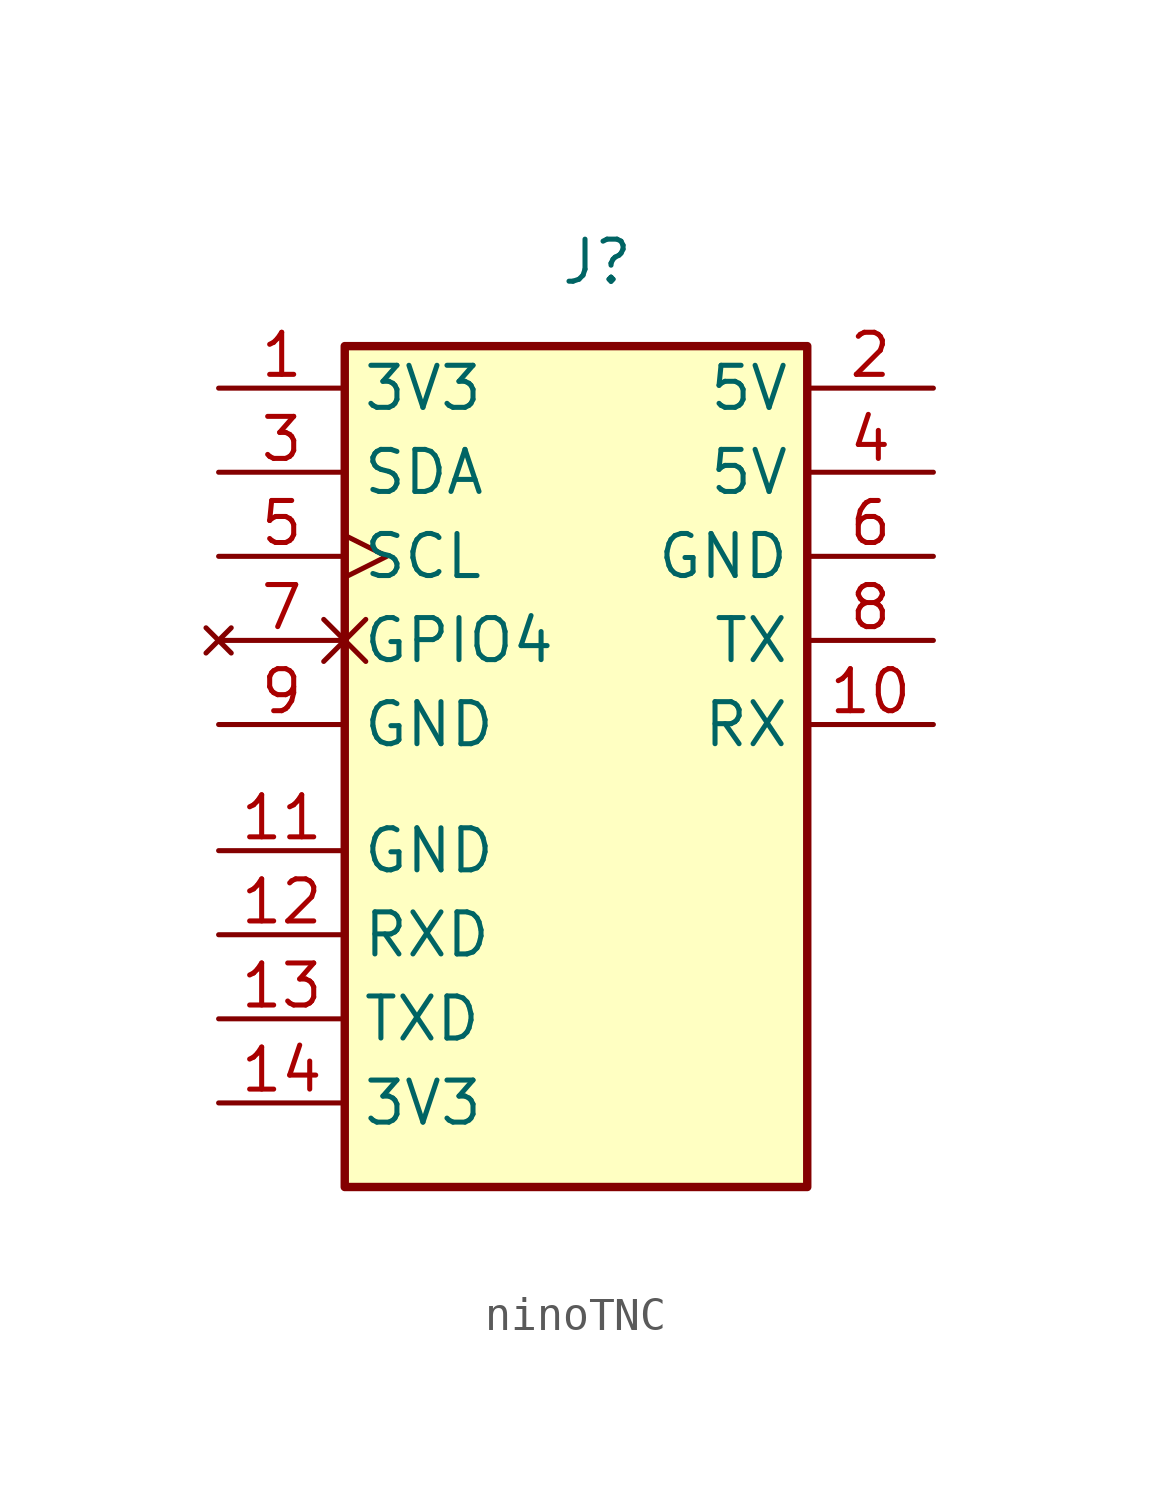
<source format=kicad_sym>
(kicad_symbol_lib
  (version 20220914)
  (generator kicad_symbol_editor)
  (symbol "ninoTNC"
    (property "Reference" "J"
      (at 0 0 0)
      (effects (font (size 1.27 1.27))))
    (property "Value" ""
      (at 0 0 0)
      (effects (font (size 1.27 1.27))))
    (symbol "ninoTNC_1_1"
      (rectangle (start -7.62 -2.54) (end 6.35 -27.94) (stroke (width 0.254) (type default)) (fill (type background)))
      (pin power_in line (at -11.43 -3.81 0) (length 3.81) (name "3V3" (effects (font (size 1.27 1.27)))) (number "1" (effects (font (size 1.27 1.27)))))
      (pin tri_state line (at 10.16 -13.97 180) (length 3.81) (name "RX" (effects (font (size 1.27 1.27)))) (number "10" (effects (font (size 1.27 1.27)))))
      (pin power_in line (at -11.43 -17.78 0) (length 3.81) (name "GND" (effects (font (size 1.27 1.27)))) (number "11" (effects (font (size 1.27 1.27)))))
      (pin tri_state line (at -11.43 -20.32 0) (length 3.81) (name "RXD" (effects (font (size 1.27 1.27)))) (number "12" (effects (font (size 1.27 1.27)))))
      (pin tri_state line (at -11.43 -22.86 0) (length 3.81) (name "TXD" (effects (font (size 1.27 1.27)))) (number "13" (effects (font (size 1.27 1.27)))))
      (pin power_in line (at -11.43 -25.4 0) (length 3.81) (name "3V3" (effects (font (size 1.27 1.27)))) (number "14" (effects (font (size 1.27 1.27)))))
      (pin power_in line (at 10.16 -3.81 180) (length 3.81) (name "5V" (effects (font (size 1.27 1.27)))) (number "2" (effects (font (size 1.27 1.27)))))
      (pin bidirectional line (at -11.43 -6.35 0) (length 3.81) (name "SDA" (effects (font (size 1.27 1.27)))) (number "3" (effects (font (size 1.27 1.27)))))
      (pin input line (at 10.16 -6.35 180) (length 3.81) (name "5V" (effects (font (size 1.27 1.27)))) (number "4" (effects (font (size 1.27 1.27)))))
      (pin input clock (at -11.43 -8.89 0) (length 3.81) (name "SCL" (effects (font (size 1.27 1.27)))) (number "5" (effects (font (size 1.27 1.27)))))
      (pin power_in line (at 10.16 -8.89 180) (length 3.81) (name "GND" (effects (font (size 1.27 1.27)))) (number "6" (effects (font (size 1.27 1.27)))))
      (pin no_connect non_logic (at -11.43 -11.43 0) (length 3.81) (name "GPIO4" (effects (font (size 1.27 1.27)))) (number "7" (effects (font (size 1.27 1.27)))))
      (pin tri_state line (at 10.16 -11.43 180) (length 3.81) (name "TX" (effects (font (size 1.27 1.27)))) (number "8" (effects (font (size 1.27 1.27)))))
      (pin power_out line (at -11.43 -13.97 0) (length 3.81) (name "GND" (effects (font (size 1.27 1.27)))) (number "9" (effects (font (size 1.27 1.27))))))))
</source>
